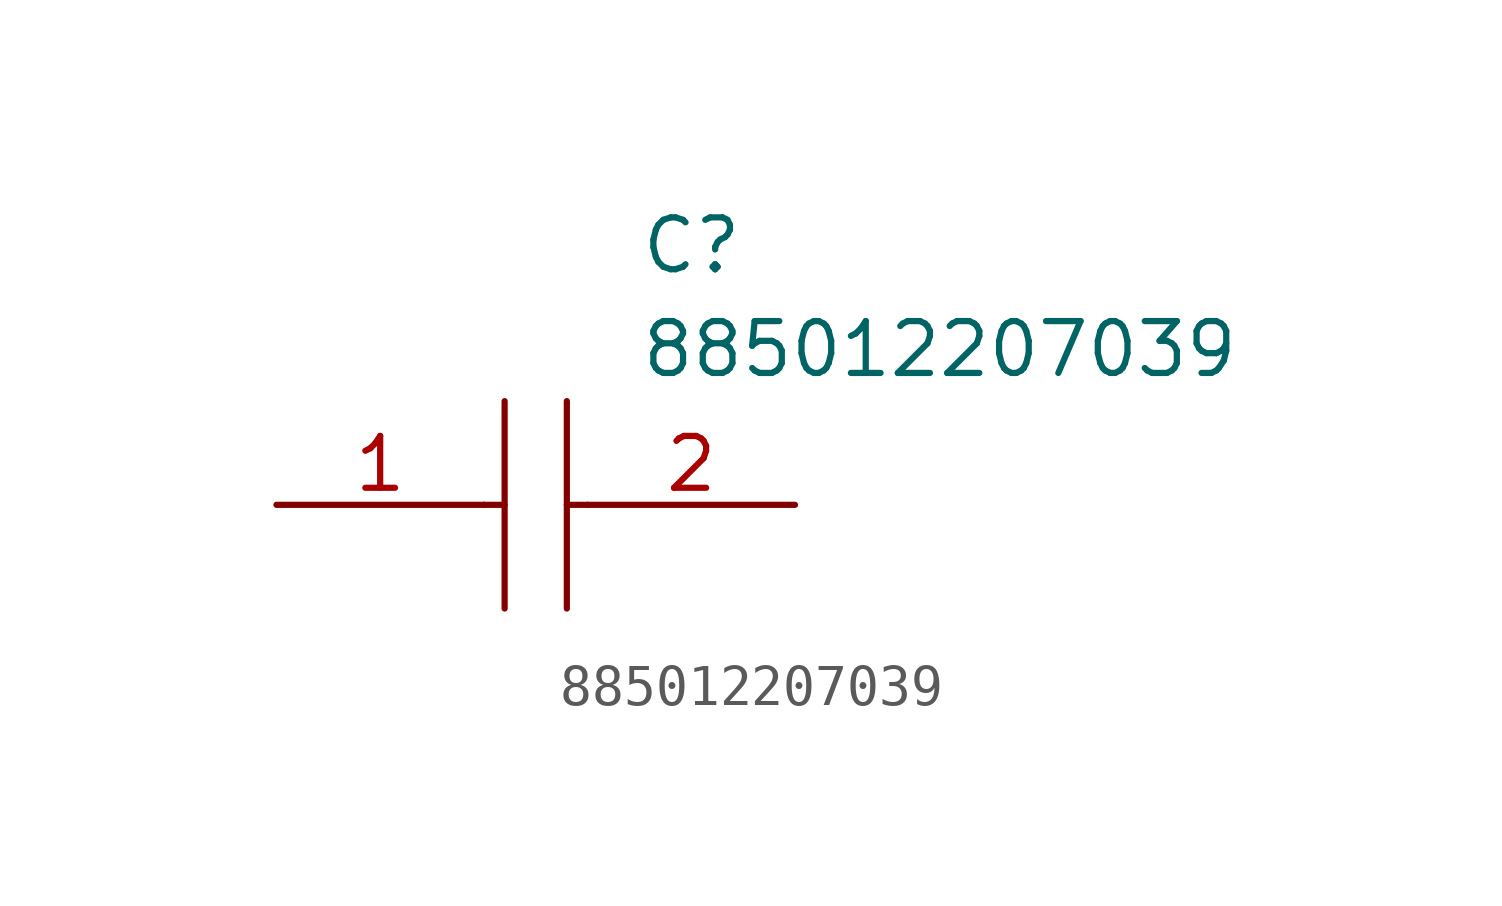
<source format=kicad_sym>
(kicad_symbol_lib
  (version 20211014)
  (generator kicad_symbol_editor)
  (symbol "885012207039"
    (pin_names
      (offset 0.762))
    (property "Reference" "C"
      (at 8.89 6.35 0)
      (effects (font (size 1.27 1.27)) (justify left)))
    (property "Value" "885012207039"
      (at 8.89 3.81 0)
      (effects (font (size 1.27 1.27)) (justify left)))
    (symbol "885012207039_0_0"
      (pin passive line (at 0 0 0) (length 5.08) (name "~" (effects (font (size 1.27 1.27)))) (number "1" (effects (font (size 1.27 1.27)))))
      (pin passive line (at 12.7 0 180) (length 5.08) (name "~" (effects (font (size 1.27 1.27)))) (number "2" (effects (font (size 1.27 1.27))))))
    (symbol "885012207039_0_1"
      (polyline (pts (xy 5.08 0) (xy 5.588 0)) (stroke (width 0.152) (type default) (color 0 0 0 0)) (fill (type background)))
      (polyline (pts (xy 5.588 2.54) (xy 5.588 -2.54)) (stroke (width 0.152) (type default) (color 0 0 0 0)) (fill (type background)))
      (polyline (pts (xy 7.112 0) (xy 7.62 0)) (stroke (width 0.152) (type default) (color 0 0 0 0)) (fill (type background)))
      (polyline (pts (xy 7.112 2.54) (xy 7.112 -2.54)) (stroke (width 0.152) (type default) (color 0 0 0 0)) (fill (type background))))))
</source>
